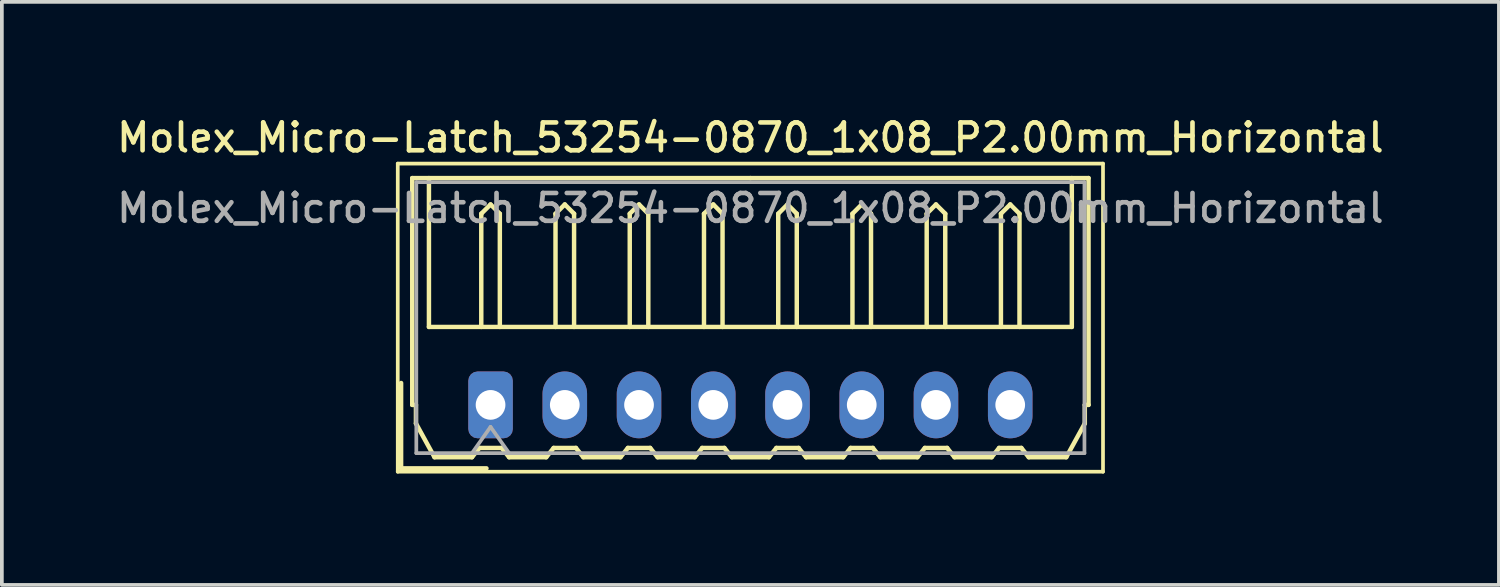
<source format=kicad_pcb>
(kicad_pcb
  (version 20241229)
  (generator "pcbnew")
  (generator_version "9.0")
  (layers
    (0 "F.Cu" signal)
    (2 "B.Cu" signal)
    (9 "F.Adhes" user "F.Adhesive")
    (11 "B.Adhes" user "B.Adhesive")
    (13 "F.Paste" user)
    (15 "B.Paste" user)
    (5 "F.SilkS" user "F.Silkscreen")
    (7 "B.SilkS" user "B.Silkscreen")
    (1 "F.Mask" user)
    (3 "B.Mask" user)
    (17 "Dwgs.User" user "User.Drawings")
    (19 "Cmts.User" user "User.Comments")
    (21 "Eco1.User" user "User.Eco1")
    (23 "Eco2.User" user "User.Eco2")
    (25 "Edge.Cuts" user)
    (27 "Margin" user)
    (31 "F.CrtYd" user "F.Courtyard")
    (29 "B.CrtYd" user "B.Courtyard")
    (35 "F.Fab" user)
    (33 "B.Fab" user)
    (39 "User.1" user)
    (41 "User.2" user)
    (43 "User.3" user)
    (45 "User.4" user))
  (footprint "Molex_Micro-Latch_53254-0870_1x08_P2.00mm_Horizontal"
    (layer "F.Cu")
    (at 10.166 7.858)
    (property "Reference" "Molex_Micro-Latch_53254-0870_1x08_P2.00mm_Horizontal" (at 7 -7.2 0) (layer "F.SilkS") (effects (font (size 0.75 0.75) (thickness 0.125))))
    (attr through_hole)
    (fp_line (start -2.5 -6.5) (end -2.5 1.8) (stroke (width 0.1) (type solid)) (layer "F.SilkS"))
    (fp_line (start -2.5 1.8) (end 16.5 1.8) (stroke (width 0.1) (type solid)) (layer "F.SilkS"))
    (fp_line (start -2.41 1.71) (end -2.41 -0.59) (stroke (width 0.12) (type solid)) (layer "F.SilkS"))
    (fp_line (start -2.11 -6.11) (end 7 -6.11) (stroke (width 0.12) (type solid)) (layer "F.SilkS"))
    (fp_line (start -2.11 0) (end -2.11 -6.11) (stroke (width 0.12) (type solid)) (layer "F.SilkS"))
    (fp_line (start -2.01 0) (end -2.11 0) (stroke (width 0.12) (type solid)) (layer "F.SilkS"))
    (fp_line (start -2.01 0.5) (end -2.01 0) (stroke (width 0.12) (type solid)) (layer "F.SilkS"))
    (fp_line (start -1.66 -6.11) (end -1.66 -2.1) (stroke (width 0.12) (type solid)) (layer "F.SilkS"))
    (fp_line (start -1.66 -2.1) (end 15.66 -2.1) (stroke (width 0.12) (type solid)) (layer "F.SilkS"))
    (fp_line (start -1.51 1.41) (end -2.01 0.5) (stroke (width 0.12) (type solid)) (layer "F.SilkS"))
    (fp_line (start -0.5 1.41) (end -1.51 1.41) (stroke (width 0.12) (type solid)) (layer "F.SilkS"))
    (fp_line (start -0.3 1.16) (end -0.5 1.41) (stroke (width 0.12) (type solid)) (layer "F.SilkS"))
    (fp_line (start -0.3 1.16) (end 0.3 1.16) (stroke (width 0.12) (type solid)) (layer "F.SilkS"))
    (fp_line (start -0.25 -5.15) (end 0 -5.4) (stroke (width 0.12) (type solid)) (layer "F.SilkS"))
    (fp_line (start -0.25 -2.1) (end -0.25 -5.15) (stroke (width 0.12) (type solid)) (layer "F.SilkS"))
    (fp_line (start -0.11 1.71) (end -2.41 1.71) (stroke (width 0.12) (type solid)) (layer "F.SilkS"))
    (fp_line (start 0 -5.4) (end 0.25 -5.15) (stroke (width 0.12) (type solid)) (layer "F.SilkS"))
    (fp_line (start 0.25 -5.15) (end 0.25 -2.1) (stroke (width 0.12) (type solid)) (layer "F.SilkS"))
    (fp_line (start 0.3 1.16) (end 0.5 1.41) (stroke (width 0.12) (type solid)) (layer "F.SilkS"))
    (fp_line (start 0.5 1.41) (end 1.5 1.41) (stroke (width 0.12) (type solid)) (layer "F.SilkS"))
    (fp_line (start 1.5 1.41) (end 1.7 1.16) (stroke (width 0.12) (type solid)) (layer "F.SilkS"))
    (fp_line (start 1.7 1.16) (end 2.3 1.16) (stroke (width 0.12) (type solid)) (layer "F.SilkS"))
    (fp_line (start 1.75 -5.15) (end 2 -5.4) (stroke (width 0.12) (type solid)) (layer "F.SilkS"))
    (fp_line (start 1.75 -2.1) (end 1.75 -5.15) (stroke (width 0.12) (type solid)) (layer "F.SilkS"))
    (fp_line (start 2 -5.4) (end 2.25 -5.15) (stroke (width 0.12) (type solid)) (layer "F.SilkS"))
    (fp_line (start 2.25 -5.15) (end 2.25 -2.1) (stroke (width 0.12) (type solid)) (layer "F.SilkS"))
    (fp_line (start 2.3 1.16) (end 2.5 1.41) (stroke (width 0.12) (type solid)) (layer "F.SilkS"))
    (fp_line (start 2.5 1.41) (end 3.5 1.41) (stroke (width 0.12) (type solid)) (layer "F.SilkS"))
    (fp_line (start 3.5 1.41) (end 3.7 1.16) (stroke (width 0.12) (type solid)) (layer "F.SilkS"))
    (fp_line (start 3.7 1.16) (end 4.3 1.16) (stroke (width 0.12) (type solid)) (layer "F.SilkS"))
    (fp_line (start 3.75 -5.15) (end 4 -5.4) (stroke (width 0.12) (type solid)) (layer "F.SilkS"))
    (fp_line (start 3.75 -2.1) (end 3.75 -5.15) (stroke (width 0.12) (type solid)) (layer "F.SilkS"))
    (fp_line (start 4 -5.4) (end 4.25 -5.15) (stroke (width 0.12) (type solid)) (layer "F.SilkS"))
    (fp_line (start 4.25 -5.15) (end 4.25 -2.1) (stroke (width 0.12) (type solid)) (layer "F.SilkS"))
    (fp_line (start 4.3 1.16) (end 4.5 1.41) (stroke (width 0.12) (type solid)) (layer "F.SilkS"))
    (fp_line (start 4.5 1.41) (end 5.5 1.41) (stroke (width 0.12) (type solid)) (layer "F.SilkS"))
    (fp_line (start 5.5 1.41) (end 5.7 1.16) (stroke (width 0.12) (type solid)) (layer "F.SilkS"))
    (fp_line (start 5.7 1.16) (end 6.3 1.16) (stroke (width 0.12) (type solid)) (layer "F.SilkS"))
    (fp_line (start 5.75 -5.15) (end 6 -5.4) (stroke (width 0.12) (type solid)) (layer "F.SilkS"))
    (fp_line (start 5.75 -2.1) (end 5.75 -5.15) (stroke (width 0.12) (type solid)) (layer "F.SilkS"))
    (fp_line (start 6 -5.4) (end 6.25 -5.15) (stroke (width 0.12) (type solid)) (layer "F.SilkS"))
    (fp_line (start 6.25 -5.15) (end 6.25 -2.1) (stroke (width 0.12) (type solid)) (layer "F.SilkS"))
    (fp_line (start 6.3 1.16) (end 6.5 1.41) (stroke (width 0.12) (type solid)) (layer "F.SilkS"))
    (fp_line (start 6.5 1.41) (end 7.5 1.41) (stroke (width 0.12) (type solid)) (layer "F.SilkS"))
    (fp_line (start 7.5 1.41) (end 7.7 1.16) (stroke (width 0.12) (type solid)) (layer "F.SilkS"))
    (fp_line (start 7.7 1.16) (end 8.3 1.16) (stroke (width 0.12) (type solid)) (layer "F.SilkS"))
    (fp_line (start 7.75 -5.15) (end 8 -5.4) (stroke (width 0.12) (type solid)) (layer "F.SilkS"))
    (fp_line (start 7.75 -2.1) (end 7.75 -5.15) (stroke (width 0.12) (type solid)) (layer "F.SilkS"))
    (fp_line (start 8 -5.4) (end 8.25 -5.15) (stroke (width 0.12) (type solid)) (layer "F.SilkS"))
    (fp_line (start 8.25 -5.15) (end 8.25 -2.1) (stroke (width 0.12) (type solid)) (layer "F.SilkS"))
    (fp_line (start 8.3 1.16) (end 8.5 1.41) (stroke (width 0.12) (type solid)) (layer "F.SilkS"))
    (fp_line (start 8.5 1.41) (end 9.5 1.41) (stroke (width 0.12) (type solid)) (layer "F.SilkS"))
    (fp_line (start 9.5 1.41) (end 9.7 1.16) (stroke (width 0.12) (type solid)) (layer "F.SilkS"))
    (fp_line (start 9.7 1.16) (end 10.3 1.16) (stroke (width 0.12) (type solid)) (layer "F.SilkS"))
    (fp_line (start 9.75 -5.15) (end 10 -5.4) (stroke (width 0.12) (type solid)) (layer "F.SilkS"))
    (fp_line (start 9.75 -2.1) (end 9.75 -5.15) (stroke (width 0.12) (type solid)) (layer "F.SilkS"))
    (fp_line (start 10 -5.4) (end 10.25 -5.15) (stroke (width 0.12) (type solid)) (layer "F.SilkS"))
    (fp_line (start 10.25 -5.15) (end 10.25 -2.1) (stroke (width 0.12) (type solid)) (layer "F.SilkS"))
    (fp_line (start 10.3 1.16) (end 10.5 1.41) (stroke (width 0.12) (type solid)) (layer "F.SilkS"))
    (fp_line (start 10.5 1.41) (end 11.5 1.41) (stroke (width 0.12) (type solid)) (layer "F.SilkS"))
    (fp_line (start 11.5 1.41) (end 11.7 1.16) (stroke (width 0.12) (type solid)) (layer "F.SilkS"))
    (fp_line (start 11.7 1.16) (end 12.3 1.16) (stroke (width 0.12) (type solid)) (layer "F.SilkS"))
    (fp_line (start 11.75 -5.15) (end 12 -5.4) (stroke (width 0.12) (type solid)) (layer "F.SilkS"))
    (fp_line (start 11.75 -2.1) (end 11.75 -5.15) (stroke (width 0.12) (type solid)) (layer "F.SilkS"))
    (fp_line (start 12 -5.4) (end 12.25 -5.15) (stroke (width 0.12) (type solid)) (layer "F.SilkS"))
    (fp_line (start 12.25 -5.15) (end 12.25 -2.1) (stroke (width 0.12) (type solid)) (layer "F.SilkS"))
    (fp_line (start 12.3 1.16) (end 12.5 1.41) (stroke (width 0.12) (type solid)) (layer "F.SilkS"))
    (fp_line (start 12.5 1.41) (end 13.5 1.41) (stroke (width 0.12) (type solid)) (layer "F.SilkS"))
    (fp_line (start 13.5 1.41) (end 13.7 1.16) (stroke (width 0.12) (type solid)) (layer "F.SilkS"))
    (fp_line (start 13.7 1.16) (end 14.3 1.16) (stroke (width 0.12) (type solid)) (layer "F.SilkS"))
    (fp_line (start 13.75 -5.15) (end 14 -5.4) (stroke (width 0.12) (type solid)) (layer "F.SilkS"))
    (fp_line (start 13.75 -2.1) (end 13.75 -5.15) (stroke (width 0.12) (type solid)) (layer "F.SilkS"))
    (fp_line (start 14 -5.4) (end 14.25 -5.15) (stroke (width 0.12) (type solid)) (layer "F.SilkS"))
    (fp_line (start 14.25 -5.15) (end 14.25 -2.1) (stroke (width 0.12) (type solid)) (layer "F.SilkS"))
    (fp_line (start 14.3 1.16) (end 14.5 1.41) (stroke (width 0.12) (type solid)) (layer "F.SilkS"))
    (fp_line (start 14.5 1.41) (end 15.51 1.41) (stroke (width 0.12) (type solid)) (layer "F.SilkS"))
    (fp_line (start 15.51 1.41) (end 16.01 0.5) (stroke (width 0.12) (type solid)) (layer "F.SilkS"))
    (fp_line (start 15.66 -2.1) (end 15.66 -6.11) (stroke (width 0.12) (type solid)) (layer "F.SilkS"))
    (fp_line (start 16.01 0) (end 16.11 0) (stroke (width 0.12) (type solid)) (layer "F.SilkS"))
    (fp_line (start 16.01 0.5) (end 16.01 0) (stroke (width 0.12) (type solid)) (layer "F.SilkS"))
    (fp_line (start 16.11 -6.11) (end 7 -6.11) (stroke (width 0.12) (type solid)) (layer "F.SilkS"))
    (fp_line (start 16.11 0) (end 16.11 -6.11) (stroke (width 0.12) (type solid)) (layer "F.SilkS"))
    (fp_line (start 16.5 -6.5) (end -2.5 -6.5) (stroke (width 0.1) (type solid)) (layer "F.SilkS"))
    (fp_line (start 16.5 1.8) (end 16.5 -6.5) (stroke (width 0.1) (type solid)) (layer "F.SilkS"))
    (fp_line (start -2 -6) (end -2 1.3) (stroke (width 0.1) (type solid)) (layer "F.Fab"))
    (fp_line (start -2 1.3) (end 16 1.3) (stroke (width 0.1) (type solid)) (layer "F.Fab"))
    (fp_line (start -0.5 1.3) (end 0 0.593) (stroke (width 0.1) (type solid)) (layer "F.Fab"))
    (fp_line (start 0 0.593) (end 0.5 1.3) (stroke (width 0.1) (type solid)) (layer "F.Fab"))
    (fp_line (start 16 -6) (end -2 -6) (stroke (width 0.1) (type solid)) (layer "F.Fab"))
    (fp_line (start 16 1.3) (end 16 -6) (stroke (width 0.1) (type solid)) (layer "F.Fab"))
    (fp_text user "${REFERENCE}" (at 7 -5.3 0) (layer "F.Fab") (effects (font (size 0.75 0.75) (thickness 0.125))))
    (pad "1" thru_hole roundrect (at 0 0) (size 1.2 1.8) (drill 0.8) (layers "*.Cu" "*.Mask") (roundrect_rratio 0.208))
    (pad "2" thru_hole oval (at 2 0) (size 1.2 1.8) (drill 0.8) (layers "*.Cu" "*.Mask"))
    (pad "3" thru_hole oval (at 4 0) (size 1.2 1.8) (drill 0.8) (layers "*.Cu" "*.Mask"))
    (pad "4" thru_hole oval (at 6 0) (size 1.2 1.8) (drill 0.8) (layers "*.Cu" "*.Mask"))
    (pad "5" thru_hole oval (at 8 0) (size 1.2 1.8) (drill 0.8) (layers "*.Cu" "*.Mask"))
    (pad "6" thru_hole oval (at 10 0) (size 1.2 1.8) (drill 0.8) (layers "*.Cu" "*.Mask"))
    (pad "7" thru_hole oval (at 12 0) (size 1.2 1.8) (drill 0.8) (layers "*.Cu" "*.Mask"))
    (pad "8" thru_hole oval (at 14 0) (size 1.2 1.8) (drill 0.8) (layers "*.Cu" "*.Mask")))
  (gr_rect
    (start -3 -3)
    (end 37.332 12.708)
    (stroke (width 0.1) (type default))
    (fill no)
    (layer "Edge.Cuts")))
</source>
